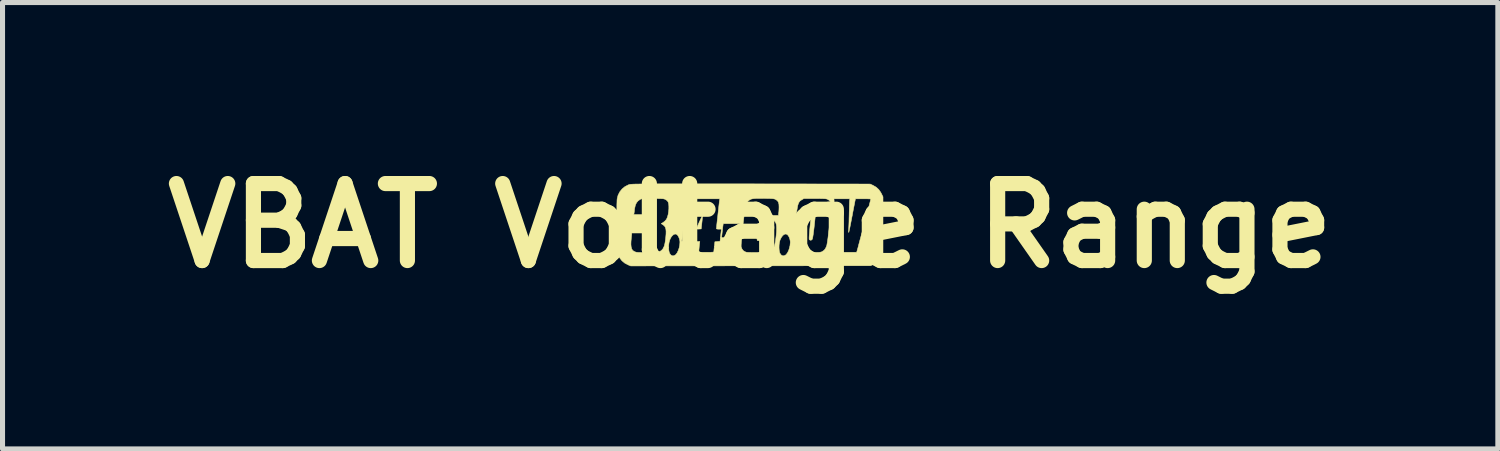
<source format=kicad_pcb>
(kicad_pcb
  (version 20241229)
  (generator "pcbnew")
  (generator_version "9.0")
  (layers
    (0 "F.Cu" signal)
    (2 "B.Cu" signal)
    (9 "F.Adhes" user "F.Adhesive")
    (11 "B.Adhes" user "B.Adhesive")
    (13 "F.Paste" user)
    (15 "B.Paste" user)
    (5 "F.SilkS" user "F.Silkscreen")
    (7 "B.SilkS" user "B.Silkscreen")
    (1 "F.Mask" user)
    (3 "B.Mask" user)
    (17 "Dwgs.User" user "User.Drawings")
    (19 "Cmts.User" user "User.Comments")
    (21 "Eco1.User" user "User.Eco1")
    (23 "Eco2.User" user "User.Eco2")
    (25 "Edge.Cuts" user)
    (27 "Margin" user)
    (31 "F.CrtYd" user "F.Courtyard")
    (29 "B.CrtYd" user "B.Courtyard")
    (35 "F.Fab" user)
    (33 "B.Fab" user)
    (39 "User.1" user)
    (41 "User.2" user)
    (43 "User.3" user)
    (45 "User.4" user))
  (footprint "VBAT Voltage Range"
    (layer "F.Cu")
    (at 11.8 1.418)
    (property "Reference" "VBAT Voltage Range" (at 0 0 0) (layer "F.SilkS") (effects (font (size 1.524 1.524) (thickness 0.3))))
    (attr through_hole)
    (fp_poly (pts (xy -0.943 -0.207) (xy -0.943 -0.196) (xy -0.944 -0.172) (xy -0.948 -0.136) (xy -0.952 -0.094) (xy -0.955 -0.068) (xy -0.97 0.064) (xy -1.019 0.066) (xy -1.045 0.066) (xy -1.062 0.064) (xy -1.066 0.061) (xy -1.055 0.036) (xy -1.041 0.004) (xy -1.025 -0.034) (xy -1.007 -0.074) (xy -0.989 -0.113) (xy -0.972 -0.149) (xy -0.958 -0.178) (xy -0.948 -0.199) (xy -0.943 -0.207) (xy -0.943 -0.207)) (stroke (width 0.01) (type solid)) (fill yes) (layer "F.SilkS"))
    (fp_poly (pts (xy 0.201 0.113) (xy 0.213 0.125) (xy 0.218 0.148) (xy 0.218 0.184) (xy 0.216 0.197) (xy 0.212 0.23) (xy 0.205 0.259) (xy 0.198 0.277) (xy 0.198 0.277) (xy 0.182 0.291) (xy 0.161 0.297) (xy 0.144 0.293) (xy 0.141 0.291) (xy 0.137 0.278) (xy 0.135 0.253) (xy 0.136 0.222) (xy 0.138 0.19) (xy 0.142 0.16) (xy 0.148 0.14) (xy 0.148 0.139) (xy 0.16 0.118) (xy 0.175 0.11) (xy 0.181 0.11) (xy 0.201 0.113)) (stroke (width 0.01) (type solid)) (fill yes) (layer "F.SilkS"))
    (fp_poly (pts (xy 1.268 -0.304) (xy 1.278 -0.302) (xy 1.285 -0.296) (xy 1.289 -0.284) (xy 1.292 -0.265) (xy 1.292 -0.238) (xy 1.289 -0.201) (xy 1.285 -0.151) (xy 1.278 -0.088) (xy 1.271 -0.018) (xy 1.263 0.052) (xy 1.255 0.116) (xy 1.248 0.171) (xy 1.241 0.215) (xy 1.235 0.247) (xy 1.231 0.264) (xy 1.231 0.265) (xy 1.215 0.283) (xy 1.194 0.288) (xy 1.176 0.28) (xy 1.168 0.27) (xy 1.167 0.258) (xy 1.167 0.23) (xy 1.169 0.192) (xy 1.173 0.144) (xy 1.177 0.089) (xy 1.183 0.031) (xy 1.189 -0.03) (xy 1.195 -0.089) (xy 1.202 -0.144) (xy 1.209 -0.193) (xy 1.215 -0.234) (xy 1.22 -0.263) (xy 1.224 -0.277) (xy 1.236 -0.298) (xy 1.252 -0.305) (xy 1.256 -0.305) (xy 1.268 -0.304)) (stroke (width 0.01) (type solid)) (fill yes) (layer "F.SilkS"))
    (fp_poly (pts (xy -1.01 -0.828) (xy -0.834 -0.828) (xy -0.643 -0.828) (xy -0.436 -0.828) (xy -0.214 -0.828) (xy 0.017 -0.828) (xy 2.375 -0.825) (xy 2.431 -0.799) (xy 2.495 -0.762) (xy 2.545 -0.716) (xy 2.585 -0.659) (xy 2.597 -0.636) (xy 2.629 -0.572) (xy 2.629 0.546) (xy 2.605 0.595) (xy 2.567 0.656) (xy 2.518 0.71) (xy 2.462 0.752) (xy 2.44 0.764) (xy 2.384 0.792) (xy 0.009 0.794) (xy -2.366 0.796) (xy -2.414 0.776) (xy -2.483 0.74) (xy -2.539 0.693) (xy -2.585 0.634) (xy -2.618 0.567) (xy -2.622 0.557) (xy -2.626 0.547) (xy -2.629 0.536) (xy -2.631 0.522) (xy -2.633 0.503) (xy -2.634 0.48) (xy -2.636 0.449) (xy -2.637 0.41) (xy -2.637 0.371) (xy -2.361 0.371) (xy -2.356 0.419) (xy -2.346 0.457) (xy -2.329 0.485) (xy -2.304 0.505) (xy -2.271 0.52) (xy -2.26 0.524) (xy -2.242 0.526) (xy -2.209 0.529) (xy -2.164 0.53) (xy -2.108 0.531) (xy -2.044 0.531) (xy -2.028 0.531) (xy -1.964 0.53) (xy -1.914 0.529) (xy -1.876 0.528) (xy -1.849 0.527) (xy -1.828 0.524) (xy -1.813 0.521) (xy -1.801 0.516) (xy -1.789 0.51) (xy -1.759 0.491) (xy -1.734 0.466) (xy -1.715 0.437) (xy -1.614 0.437) (xy -1.611 0.485) (xy -1.603 0.525) (xy -1.595 0.546) (xy -1.572 0.579) (xy -1.544 0.595) (xy -1.514 0.596) (xy -1.482 0.579) (xy -1.472 0.571) (xy -1.446 0.537) (xy -1.424 0.491) (xy -1.406 0.438) (xy -1.395 0.383) (xy -1.391 0.329) (xy -1.392 0.307) (xy -1.355 0.307) (xy -1.347 0.309) (xy -1.324 0.31) (xy -1.29 0.312) (xy -1.246 0.313) (xy -1.194 0.313) (xy -1.176 0.313) (xy -0.997 0.313) (xy -1.002 0.351) (xy -1.005 0.378) (xy -1.009 0.414) (xy -1.012 0.453) (xy -1.013 0.457) (xy -1.018 0.525) (xy -0.869 0.525) (xy -0.816 0.525) (xy -0.777 0.525) (xy -0.75 0.524) (xy -0.733 0.522) (xy -0.724 0.519) (xy -0.72 0.514) (xy -0.719 0.508) (xy -0.719 0.506) (xy -0.718 0.49) (xy -0.715 0.461) (xy -0.711 0.425) (xy -0.709 0.407) (xy -0.179 0.407) (xy -0.179 0.416) (xy -0.161 0.463) (xy -0.132 0.498) (xy -0.091 0.52) (xy -0.074 0.525) (xy -0.058 0.527) (xy -0.027 0.529) (xy 0.014 0.53) (xy 0.064 0.531) (xy 0.12 0.531) (xy 0.152 0.531) (xy 0.216 0.53) (xy 0.265 0.529) (xy 0.302 0.528) (xy 0.329 0.527) (xy 0.349 0.524) (xy 0.365 0.52) (xy 0.378 0.515) (xy 0.392 0.509) (xy 0.392 0.509) (xy 0.42 0.493) (xy 0.442 0.473) (xy 0.461 0.446) (xy 0.465 0.437) (xy 0.571 0.437) (xy 0.574 0.485) (xy 0.581 0.525) (xy 0.589 0.546) (xy 0.613 0.579) (xy 0.64 0.595) (xy 0.67 0.596) (xy 0.702 0.579) (xy 0.712 0.571) (xy 0.738 0.537) (xy 0.761 0.491) (xy 0.778 0.438) (xy 0.79 0.383) (xy 0.791 0.365) (xy 0.856 0.365) (xy 0.857 0.397) (xy 0.86 0.422) (xy 0.864 0.443) (xy 0.869 0.457) (xy 0.878 0.477) (xy 0.89 0.494) (xy 0.907 0.507) (xy 0.929 0.517) (xy 0.959 0.524) (xy 0.998 0.528) (xy 1.049 0.53) (xy 1.114 0.531) (xy 1.185 0.531) (xy 1.25 0.53) (xy 1.301 0.529) (xy 1.339 0.528) (xy 1.367 0.527) (xy 1.388 0.524) (xy 1.403 0.521) (xy 1.415 0.517) (xy 1.427 0.511) (xy 1.428 0.51) (xy 1.464 0.485) (xy 1.491 0.45) (xy 1.512 0.403) (xy 1.516 0.391) (xy 1.52 0.37) (xy 1.526 0.335) (xy 1.533 0.289) (xy 1.541 0.232) (xy 1.549 0.168) (xy 1.557 0.098) (xy 1.566 0.025) (xy 1.574 -0.049) (xy 1.582 -0.122) (xy 1.589 -0.192) (xy 1.595 -0.256) (xy 1.6 -0.313) (xy 1.604 -0.359) (xy 1.606 -0.394) (xy 1.605 -0.415) (xy 1.605 -0.416) (xy 1.591 -0.465) (xy 1.565 -0.501) (xy 1.536 -0.521) (xy 1.524 -0.526) (xy 1.511 -0.53) (xy 1.495 -0.533) (xy 1.491 -0.533) (xy 1.658 -0.533) (xy 1.663 -0.472) (xy 1.664 -0.451) (xy 1.666 -0.415) (xy 1.669 -0.366) (xy 1.672 -0.307) (xy 1.675 -0.238) (xy 1.678 -0.162) (xy 1.682 -0.081) (xy 1.685 -0.004) (xy 1.689 0.08) (xy 1.692 0.16) (xy 1.695 0.235) (xy 1.699 0.303) (xy 1.701 0.362) (xy 1.704 0.41) (xy 1.706 0.445) (xy 1.707 0.464) (xy 1.712 0.525) (xy 2.107 0.525) (xy 2.116 0.497) (xy 2.119 0.484) (xy 2.127 0.457) (xy 2.138 0.417) (xy 2.151 0.366) (xy 2.167 0.306) (xy 2.185 0.239) (xy 2.205 0.166) (xy 2.225 0.089) (xy 2.246 0.01) (xy 2.267 -0.069) (xy 2.288 -0.147) (xy 2.308 -0.223) (xy 2.327 -0.294) (xy 2.344 -0.359) (xy 2.359 -0.415) (xy 2.371 -0.462) (xy 2.38 -0.498) (xy 2.386 -0.52) (xy 2.388 -0.528) (xy 2.38 -0.53) (xy 2.357 -0.531) (xy 2.323 -0.532) (xy 2.281 -0.533) (xy 2.236 -0.533) (xy 2.084 -0.533) (xy 2.075 -0.489) (xy 2.071 -0.47) (xy 2.065 -0.437) (xy 2.056 -0.392) (xy 2.045 -0.337) (xy 2.033 -0.274) (xy 2.021 -0.207) (xy 2.011 -0.158) (xy 1.998 -0.09) (xy 1.986 -0.028) (xy 1.975 0.027) (xy 1.965 0.072) (xy 1.958 0.107) (xy 1.953 0.128) (xy 1.951 0.134) (xy 1.949 0.129) (xy 1.948 0.11) (xy 1.949 0.08) (xy 1.95 0.055) (xy 1.952 0.023) (xy 1.954 -0.022) (xy 1.956 -0.078) (xy 1.957 -0.14) (xy 1.959 -0.206) (xy 1.96 -0.262) (xy 1.962 -0.324) (xy 1.963 -0.382) (xy 1.965 -0.432) (xy 1.966 -0.472) (xy 1.968 -0.5) (xy 1.969 -0.514) (xy 1.969 -0.514) (xy 1.973 -0.533) (xy 1.658 -0.533) (xy 1.491 -0.533) (xy 1.472 -0.535) (xy 1.441 -0.536) (xy 1.4 -0.537) (xy 1.346 -0.538) (xy 1.283 -0.538) (xy 1.063 -0.538) (xy 1.024 -0.515) (xy 1.005 -0.503) (xy 0.988 -0.491) (xy 0.975 -0.476) (xy 0.963 -0.458) (xy 0.953 -0.435) (xy 0.943 -0.405) (xy 0.935 -0.366) (xy 0.927 -0.318) (xy 0.918 -0.259) (xy 0.909 -0.186) (xy 0.899 -0.099) (xy 0.893 -0.047) (xy 0.881 0.055) (xy 0.872 0.142) (xy 0.865 0.215) (xy 0.86 0.275) (xy 0.857 0.325) (xy 0.856 0.365) (xy 0.791 0.365) (xy 0.794 0.329) (xy 0.792 0.301) (xy 0.783 0.257) (xy 0.767 0.218) (xy 0.746 0.187) (xy 0.727 0.17) (xy 0.7 0.164) (xy 0.671 0.173) (xy 0.643 0.196) (xy 0.617 0.231) (xy 0.594 0.277) (xy 0.587 0.297) (xy 0.577 0.338) (xy 0.572 0.386) (xy 0.571 0.437) (xy 0.465 0.437) (xy 0.476 0.412) (xy 0.488 0.368) (xy 0.499 0.312) (xy 0.509 0.241) (xy 0.513 0.208) (xy 0.521 0.127) (xy 0.523 0.06) (xy 0.521 0.006) (xy 0.514 -0.037) (xy 0.5 -0.07) (xy 0.48 -0.096) (xy 0.454 -0.116) (xy 0.446 -0.12) (xy 0.429 -0.128) (xy 0.41 -0.134) (xy 0.386 -0.137) (xy 0.353 -0.14) (xy 0.307 -0.142) (xy 0.292 -0.142) (xy 0.173 -0.146) (xy 0.179 -0.196) (xy 0.187 -0.244) (xy 0.198 -0.276) (xy 0.212 -0.293) (xy 0.224 -0.296) (xy 0.246 -0.291) (xy 0.258 -0.273) (xy 0.262 -0.242) (xy 0.262 -0.24) (xy 0.262 -0.203) (xy 0.558 -0.203) (xy 0.564 -0.252) (xy 0.568 -0.285) (xy 0.57 -0.326) (xy 0.571 -0.368) (xy 0.571 -0.373) (xy 0.569 -0.423) (xy 0.56 -0.461) (xy 0.543 -0.489) (xy 0.517 -0.511) (xy 0.504 -0.519) (xy 0.492 -0.525) (xy 0.478 -0.53) (xy 0.462 -0.533) (xy 0.439 -0.536) (xy 0.408 -0.538) (xy 0.367 -0.539) (xy 0.312 -0.54) (xy 0.281 -0.54) (xy 0.206 -0.541) (xy 0.145 -0.541) (xy 0.097 -0.539) (xy 0.058 -0.535) (xy 0.028 -0.529) (xy 0.004 -0.52) (xy -0.016 -0.508) (xy -0.035 -0.493) (xy -0.039 -0.49) (xy -0.072 -0.451) (xy -0.088 -0.416) (xy -0.093 -0.397) (xy -0.099 -0.363) (xy -0.106 -0.317) (xy -0.113 -0.261) (xy -0.121 -0.198) (xy -0.129 -0.128) (xy -0.138 -0.055) (xy -0.146 0.019) (xy -0.154 0.093) (xy -0.161 0.165) (xy -0.167 0.231) (xy -0.172 0.291) (xy -0.176 0.341) (xy -0.179 0.38) (xy -0.179 0.407) (xy -0.709 0.407) (xy -0.708 0.402) (xy -0.699 0.318) (xy -0.648 0.313) (xy -0.597 0.309) (xy -0.589 0.237) (xy -0.568 0.237) (xy -0.246 0.237) (xy -0.242 0.21) (xy -0.239 0.189) (xy -0.235 0.157) (xy -0.231 0.119) (xy -0.229 0.097) (xy -0.224 0.058) (xy -0.22 0.022) (xy -0.217 -0.005) (xy -0.215 -0.015) (xy -0.211 -0.042) (xy -0.533 -0.042) (xy -0.537 -0.015) (xy -0.54 0.006) (xy -0.544 0.037) (xy -0.548 0.076) (xy -0.55 0.097) (xy -0.555 0.137) (xy -0.559 0.173) (xy -0.562 0.2) (xy -0.564 0.21) (xy -0.568 0.237) (xy -0.589 0.237) (xy -0.584 0.188) (xy -0.571 0.068) (xy -0.62 0.068) (xy -0.646 0.067) (xy -0.664 0.063) (xy -0.669 0.06) (xy -0.668 0.05) (xy -0.665 0.025) (xy -0.662 -0.012) (xy -0.657 -0.058) (xy -0.651 -0.111) (xy -0.644 -0.169) (xy -0.638 -0.229) (xy -0.631 -0.289) (xy -0.625 -0.347) (xy -0.619 -0.399) (xy -0.614 -0.443) (xy -0.61 -0.478) (xy -0.607 -0.5) (xy -0.606 -0.506) (xy -0.602 -0.533) (xy -0.828 -0.533) (xy -1.054 -0.533) (xy -1.192 -0.218) (xy -1.33 0.096) (xy -1.342 0.198) (xy -1.347 0.238) (xy -1.351 0.272) (xy -1.354 0.296) (xy -1.355 0.307) (xy -1.355 0.307) (xy -1.392 0.307) (xy -1.392 0.301) (xy -1.402 0.257) (xy -1.418 0.218) (xy -1.438 0.187) (xy -1.457 0.17) (xy -1.485 0.164) (xy -1.513 0.173) (xy -1.541 0.196) (xy -1.568 0.231) (xy -1.59 0.277) (xy -1.597 0.297) (xy -1.607 0.338) (xy -1.613 0.386) (xy -1.614 0.437) (xy -1.715 0.437) (xy -1.715 0.436) (xy -1.699 0.396) (xy -1.687 0.345) (xy -1.677 0.28) (xy -1.672 0.236) (xy -1.666 0.166) (xy -1.665 0.111) (xy -1.669 0.068) (xy -1.679 0.034) (xy -1.695 0.008) (xy -1.719 -0.013) (xy -1.731 -0.022) (xy -1.761 -0.04) (xy -1.719 -0.067) (xy -1.686 -0.094) (xy -1.659 -0.125) (xy -1.655 -0.132) (xy -1.639 -0.169) (xy -1.625 -0.218) (xy -1.616 -0.274) (xy -1.61 -0.333) (xy -1.61 -0.387) (xy -1.614 -0.434) (xy -1.624 -0.468) (xy -1.641 -0.493) (xy -1.667 -0.513) (xy -1.681 -0.521) (xy -1.693 -0.526) (xy -1.705 -0.53) (xy -1.721 -0.533) (xy -1.743 -0.535) (xy -1.773 -0.536) (xy -1.812 -0.537) (xy -1.865 -0.538) (xy -1.93 -0.538) (xy -1.997 -0.538) (xy -2.05 -0.537) (xy -2.09 -0.536) (xy -2.119 -0.535) (xy -2.141 -0.533) (xy -2.156 -0.53) (xy -2.168 -0.526) (xy -2.176 -0.522) (xy -2.219 -0.492) (xy -2.251 -0.454) (xy -2.273 -0.405) (xy -2.287 -0.343) (xy -2.29 -0.322) (xy -2.293 -0.289) (xy -2.297 -0.26) (xy -2.3 -0.243) (xy -2.304 -0.22) (xy -1.998 -0.22) (xy -1.998 -0.244) (xy -1.993 -0.271) (xy -1.98 -0.291) (xy -1.962 -0.303) (xy -1.944 -0.303) (xy -1.928 -0.291) (xy -1.923 -0.283) (xy -1.918 -0.255) (xy -1.92 -0.221) (xy -1.93 -0.191) (xy -1.936 -0.182) (xy -1.95 -0.17) (xy -1.976 -0.163) (xy -1.996 -0.161) (xy -2.045 -0.157) (xy -2.054 -0.072) (xy -2.059 -0.032) (xy -2.062 0.005) (xy -2.065 0.034) (xy -2.065 0.044) (xy -2.066 0.075) (xy -2.021 0.078) (xy -1.992 0.082) (xy -1.972 0.092) (xy -1.962 0.111) (xy -1.96 0.141) (xy -1.964 0.184) (xy -1.964 0.188) (xy -1.972 0.233) (xy -1.981 0.263) (xy -1.993 0.281) (xy -2.007 0.288) (xy -2.011 0.288) (xy -2.031 0.284) (xy -2.042 0.271) (xy -2.047 0.247) (xy -2.046 0.208) (xy -2.045 0.203) (xy -2.039 0.144) (xy -2.343 0.144) (xy -2.352 0.235) (xy -2.359 0.31) (xy -2.361 0.371) (xy -2.637 0.371) (xy -2.638 0.361) (xy -2.638 0.301) (xy -2.639 0.229) (xy -2.639 0.143) (xy -2.64 0.041) (xy -2.64 0.021) (xy -2.64 -0.084) (xy -2.64 -0.181) (xy -2.64 -0.27) (xy -2.639 -0.347) (xy -2.639 -0.413) (xy -2.637 -0.466) (xy -2.636 -0.505) (xy -2.634 -0.528) (xy -2.634 -0.531) (xy -2.615 -0.605) (xy -2.581 -0.671) (xy -2.535 -0.728) (xy -2.479 -0.774) (xy -2.413 -0.808) (xy -2.387 -0.816) (xy -2.382 -0.818) (xy -2.373 -0.819) (xy -2.363 -0.82) (xy -2.348 -0.821) (xy -2.33 -0.822) (xy -2.307 -0.823) (xy -2.279 -0.824) (xy -2.245 -0.825) (xy -2.205 -0.825) (xy -2.157 -0.826) (xy -2.102 -0.827) (xy -2.04 -0.827) (xy -1.968 -0.827) (xy -1.887 -0.828) (xy -1.796 -0.828) (xy -1.695 -0.828) (xy -1.582 -0.828) (xy -1.458 -0.828) (xy -1.322 -0.828) (xy -1.173 -0.828) (xy -1.01 -0.828)) (stroke (width 0.01) (type solid)) (fill yes) (layer "F.SilkS")))
  (gr_rect
    (start -3 -3)
    (end 26.6 5.836)
    (stroke (width 0.1) (type default))
    (fill no)
    (layer "Edge.Cuts")))
</source>
